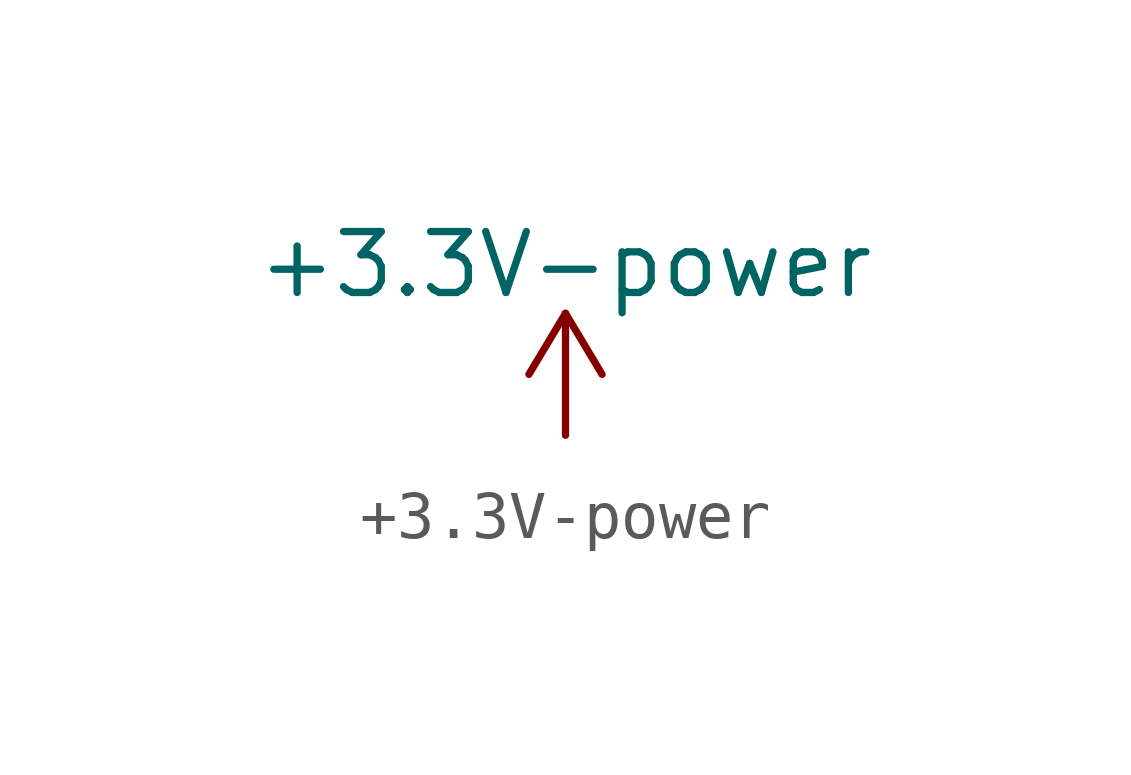
<source format=kicad_sym>
(kicad_symbol_lib
  (version 20220914)
  (generator kicad_symbol_editor)
  (symbol "+3.3V-power"
    (power)
    (pin_names
      (offset 0))
    (property "Reference" "#PWR"
      (at 0 -3.81 0)
      (effects (font (size 1.27 1.27)) hide))
    (property "Value" "+3.3V-power"
      (at 0 3.556 0)
      (effects (font (size 1.27 1.27))))
    (symbol "+3.3V-power_0_1"
      (polyline (pts (xy -0.762 1.27) (xy 0 2.54)) (stroke (width 0) (type solid)) (fill (type none)))
      (polyline (pts (xy 0 0) (xy 0 2.54)) (stroke (width 0) (type solid)) (fill (type none)))
      (polyline (pts (xy 0 2.54) (xy 0.762 1.27)) (stroke (width 0) (type solid)) (fill (type none))))
    (symbol "+3.3V-power_1_1"
      (pin power_in line (at 0 0 90) (length 0) hide (name "+3V3" (effects (font (size 1.27 1.27)))) (number "1" (effects (font (size 1.27 1.27))))))))
</source>
